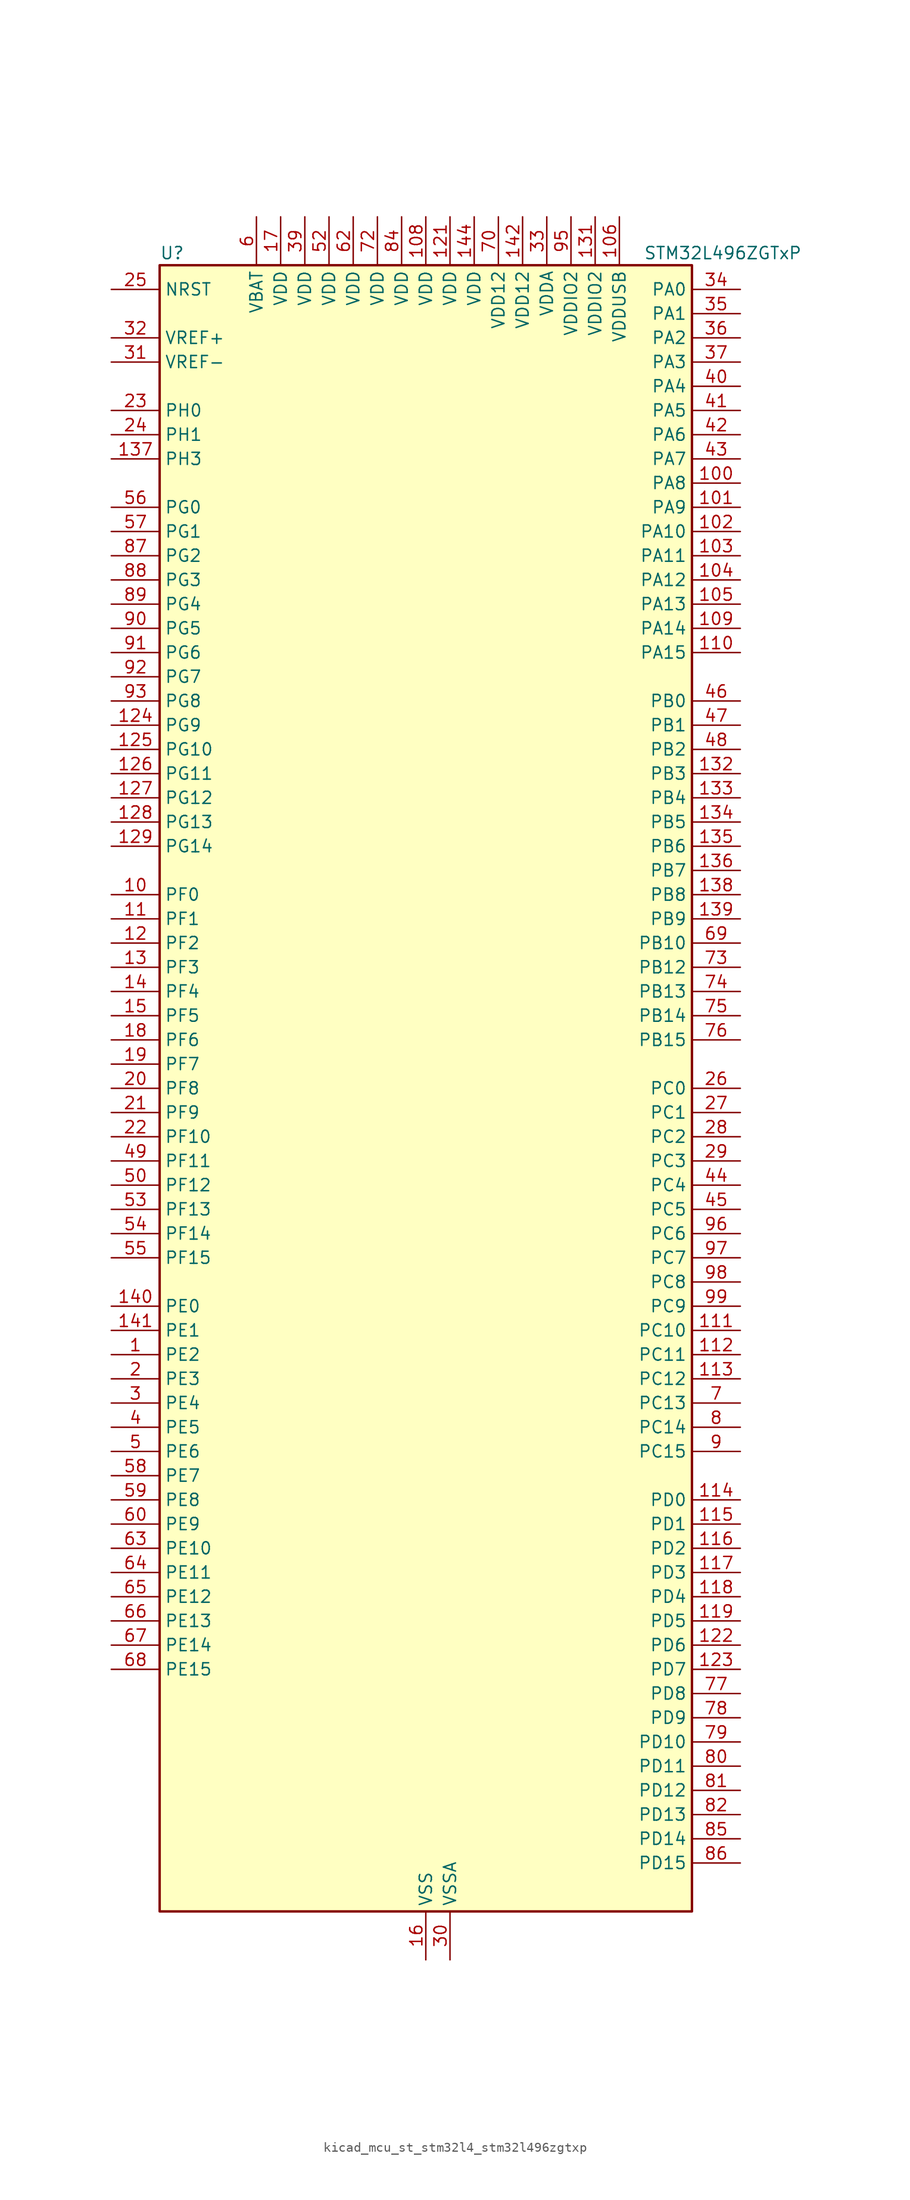
<source format=kicad_sym>
(kicad_symbol_lib
  (version 20220914)
  (generator kicad_symbol_editor)
  (symbol "kicad_mcu_st_stm32l4_stm32l496zgtxp"
    (property "Reference" "U"
      (at -27.94 87.63 0)
      (effects (font (size 1.27 1.27)) (justify left)))
    (property "Value" "STM32L496ZGTxP"
      (at 22.86 87.63 0)
      (effects (font (size 1.27 1.27)) (justify left)))
    (property "ki_locked" ""
      (at 0 0 0)
      (effects (font (size 1.27 1.27))))
    (symbol "kicad_mcu_st_stm32l4_stm32l496zgtxp_0_1"
      (rectangle (start -27.94 -86.36) (end 27.94 86.36) (stroke (width 0.254) (type default)) (fill (type background))))
    (symbol "kicad_mcu_st_stm32l4_stm32l496zgtxp_1_1"
      (pin bidirectional line (at -33.02 -27.94 0) (length 5.08) (name "PE2" (effects (font (size 1.27 1.27)))) (number "1" (effects (font (size 1.27 1.27)))) (alternate "FMC_A23" bidirectional line) (alternate "LCD_SEG38" bidirectional line) (alternate "SAI1_MCLK_A" bidirectional line) (alternate "SYS_TRACECLK" bidirectional line) (alternate "TIM3_ETR" bidirectional line) (alternate "TSC_G7_IO1" bidirectional line))
      (pin bidirectional line (at -33.02 20.32 0) (length 5.08) (name "PF0" (effects (font (size 1.27 1.27)))) (number "10" (effects (font (size 1.27 1.27)))) (alternate "FMC_A0" bidirectional line) (alternate "I2C2_SDA" bidirectional line))
      (pin bidirectional line (at 33.02 63.5 180) (length 5.08) (name "PA8" (effects (font (size 1.27 1.27)))) (number "100" (effects (font (size 1.27 1.27)))) (alternate "LCD_COM0" bidirectional line) (alternate "LPTIM2_OUT" bidirectional line) (alternate "RCC_MCO" bidirectional line) (alternate "SAI1_SCK_A" bidirectional line) (alternate "SWPMI1_IO" bidirectional line) (alternate "TIM1_CH1" bidirectional line) (alternate "USART1_CK" bidirectional line) (alternate "USB_OTG_FS_SOF" bidirectional line))
      (pin bidirectional line (at 33.02 60.96 180) (length 5.08) (name "PA9" (effects (font (size 1.27 1.27)))) (number "101" (effects (font (size 1.27 1.27)))) (alternate "DAC1_EXTI9" bidirectional line) (alternate "DCMI_D0" bidirectional line) (alternate "LCD_COM1" bidirectional line) (alternate "SAI1_FS_A" bidirectional line) (alternate "SPI2_SCK" bidirectional line) (alternate "TIM15_BKIN" bidirectional line) (alternate "TIM1_CH2" bidirectional line) (alternate "USART1_TX" bidirectional line) (alternate "USB_OTG_FS_VBUS" bidirectional line))
      (pin bidirectional line (at 33.02 58.42 180) (length 5.08) (name "PA10" (effects (font (size 1.27 1.27)))) (number "102" (effects (font (size 1.27 1.27)))) (alternate "DCMI_D1" bidirectional line) (alternate "LCD_COM2" bidirectional line) (alternate "SAI1_SD_A" bidirectional line) (alternate "TIM17_BKIN" bidirectional line) (alternate "TIM1_CH3" bidirectional line) (alternate "USART1_RX" bidirectional line) (alternate "USB_OTG_FS_ID" bidirectional line))
      (pin bidirectional line (at 33.02 55.88 180) (length 5.08) (name "PA11" (effects (font (size 1.27 1.27)))) (number "103" (effects (font (size 1.27 1.27)))) (alternate "ADC1_EXTI11" bidirectional line) (alternate "ADC2_EXTI11" bidirectional line) (alternate "ADC3_EXTI11" bidirectional line) (alternate "CAN1_RX" bidirectional line) (alternate "SPI1_MISO" bidirectional line) (alternate "TIM1_BKIN2" bidirectional line) (alternate "TIM1_BKIN2_COMP1" bidirectional line) (alternate "TIM1_CH4" bidirectional line) (alternate "USART1_CTS" bidirectional line) (alternate "USB_OTG_FS_DM" bidirectional line))
      (pin bidirectional line (at 33.02 53.34 180) (length 5.08) (name "PA12" (effects (font (size 1.27 1.27)))) (number "104" (effects (font (size 1.27 1.27)))) (alternate "CAN1_TX" bidirectional line) (alternate "SPI1_MOSI" bidirectional line) (alternate "TIM1_ETR" bidirectional line) (alternate "USART1_DE" bidirectional line) (alternate "USART1_RTS" bidirectional line) (alternate "USB_OTG_FS_DP" bidirectional line))
      (pin bidirectional line (at 33.02 50.8 180) (length 5.08) (name "PA13" (effects (font (size 1.27 1.27)))) (number "105" (effects (font (size 1.27 1.27)))) (alternate "IR_OUT" bidirectional line) (alternate "SAI1_SD_B" bidirectional line) (alternate "SWPMI1_TX" bidirectional line) (alternate "SYS_JTMS-SWDIO" bidirectional line) (alternate "USB_OTG_FS_NOE" bidirectional line))
      (pin power_in line (at 20.32 91.44 270) (length 5.08) (name "VDDUSB" (effects (font (size 1.27 1.27)))) (number "106" (effects (font (size 1.27 1.27)))))
      (pin passive line (at 0 -91.44 90) (length 5.08) hide (name "VSS" (effects (font (size 1.27 1.27)))) (number "107" (effects (font (size 1.27 1.27)))))
      (pin power_in line (at 0 91.44 270) (length 5.08) (name "VDD" (effects (font (size 1.27 1.27)))) (number "108" (effects (font (size 1.27 1.27)))))
      (pin bidirectional line (at 33.02 48.26 180) (length 5.08) (name "PA14" (effects (font (size 1.27 1.27)))) (number "109" (effects (font (size 1.27 1.27)))) (alternate "I2C1_SMBA" bidirectional line) (alternate "I2C4_SMBA" bidirectional line) (alternate "LPTIM1_OUT" bidirectional line) (alternate "SAI1_FS_B" bidirectional line) (alternate "SWPMI1_RX" bidirectional line) (alternate "SYS_JTCK-SWCLK" bidirectional line) (alternate "USB_OTG_FS_SOF" bidirectional line))
      (pin bidirectional line (at -33.02 17.78 0) (length 5.08) (name "PF1" (effects (font (size 1.27 1.27)))) (number "11" (effects (font (size 1.27 1.27)))) (alternate "FMC_A1" bidirectional line) (alternate "I2C2_SCL" bidirectional line))
      (pin bidirectional line (at 33.02 45.72 180) (length 5.08) (name "PA15" (effects (font (size 1.27 1.27)))) (number "110" (effects (font (size 1.27 1.27)))) (alternate "ADC1_EXTI15" bidirectional line) (alternate "ADC2_EXTI15" bidirectional line) (alternate "ADC3_EXTI15" bidirectional line) (alternate "LCD_SEG17" bidirectional line) (alternate "SAI2_FS_B" bidirectional line) (alternate "SPI1_NSS" bidirectional line) (alternate "SPI3_NSS" bidirectional line) (alternate "SWPMI1_SUSPEND" bidirectional line) (alternate "SYS_JTDI" bidirectional line) (alternate "TIM2_CH1" bidirectional line) (alternate "TIM2_ETR" bidirectional line) (alternate "TSC_G3_IO1" bidirectional line) (alternate "UART4_DE" bidirectional line) (alternate "UART4_RTS" bidirectional line) (alternate "USART2_RX" bidirectional line) (alternate "USART3_DE" bidirectional line) (alternate "USART3_RTS" bidirectional line))
      (pin bidirectional line (at 33.02 -25.4 180) (length 5.08) (name "PC10" (effects (font (size 1.27 1.27)))) (number "111" (effects (font (size 1.27 1.27)))) (alternate "DCMI_D8" bidirectional line) (alternate "LCD_COM4" bidirectional line) (alternate "LCD_SEG28" bidirectional line) (alternate "LCD_SEG40" bidirectional line) (alternate "SAI2_SCK_B" bidirectional line) (alternate "SDMMC1_D2" bidirectional line) (alternate "SPI3_SCK" bidirectional line) (alternate "SYS_TRACED1" bidirectional line) (alternate "TSC_G3_IO2" bidirectional line) (alternate "UART4_TX" bidirectional line) (alternate "USART3_TX" bidirectional line))
      (pin bidirectional line (at 33.02 -27.94 180) (length 5.08) (name "PC11" (effects (font (size 1.27 1.27)))) (number "112" (effects (font (size 1.27 1.27)))) (alternate "ADC1_EXTI11" bidirectional line) (alternate "ADC2_EXTI11" bidirectional line) (alternate "ADC3_EXTI11" bidirectional line) (alternate "DCMI_D4" bidirectional line) (alternate "LCD_COM5" bidirectional line) (alternate "LCD_SEG29" bidirectional line) (alternate "LCD_SEG41" bidirectional line) (alternate "QUADSPI_BK2_NCS" bidirectional line) (alternate "SAI2_MCLK_B" bidirectional line) (alternate "SDMMC1_D3" bidirectional line) (alternate "SPI3_MISO" bidirectional line) (alternate "TSC_G3_IO3" bidirectional line) (alternate "UART4_RX" bidirectional line) (alternate "USART3_RX" bidirectional line))
      (pin bidirectional line (at 33.02 -30.48 180) (length 5.08) (name "PC12" (effects (font (size 1.27 1.27)))) (number "113" (effects (font (size 1.27 1.27)))) (alternate "DCMI_D9" bidirectional line) (alternate "LCD_COM6" bidirectional line) (alternate "LCD_SEG30" bidirectional line) (alternate "LCD_SEG42" bidirectional line) (alternate "SAI2_SD_B" bidirectional line) (alternate "SDMMC1_CK" bidirectional line) (alternate "SPI3_MOSI" bidirectional line) (alternate "SYS_TRACED3" bidirectional line) (alternate "TSC_G3_IO4" bidirectional line) (alternate "UART5_TX" bidirectional line) (alternate "USART3_CK" bidirectional line))
      (pin bidirectional line (at 33.02 -43.18 180) (length 5.08) (name "PD0" (effects (font (size 1.27 1.27)))) (number "114" (effects (font (size 1.27 1.27)))) (alternate "CAN1_RX" bidirectional line) (alternate "DFSDM1_DATIN7" bidirectional line) (alternate "FMC_D2" bidirectional line) (alternate "FMC_DA2" bidirectional line) (alternate "SPI2_NSS" bidirectional line))
      (pin bidirectional line (at 33.02 -45.72 180) (length 5.08) (name "PD1" (effects (font (size 1.27 1.27)))) (number "115" (effects (font (size 1.27 1.27)))) (alternate "CAN1_TX" bidirectional line) (alternate "DFSDM1_CKIN7" bidirectional line) (alternate "FMC_D3" bidirectional line) (alternate "FMC_DA3" bidirectional line) (alternate "SPI2_SCK" bidirectional line))
      (pin bidirectional line (at 33.02 -48.26 180) (length 5.08) (name "PD2" (effects (font (size 1.27 1.27)))) (number "116" (effects (font (size 1.27 1.27)))) (alternate "DCMI_D11" bidirectional line) (alternate "LCD_COM7" bidirectional line) (alternate "LCD_SEG31" bidirectional line) (alternate "LCD_SEG43" bidirectional line) (alternate "SDMMC1_CMD" bidirectional line) (alternate "SYS_TRACED2" bidirectional line) (alternate "TIM3_ETR" bidirectional line) (alternate "TSC_SYNC" bidirectional line) (alternate "UART5_RX" bidirectional line) (alternate "USART3_DE" bidirectional line) (alternate "USART3_RTS" bidirectional line))
      (pin bidirectional line (at 33.02 -50.8 180) (length 5.08) (name "PD3" (effects (font (size 1.27 1.27)))) (number "117" (effects (font (size 1.27 1.27)))) (alternate "DCMI_D5" bidirectional line) (alternate "DFSDM1_DATIN0" bidirectional line) (alternate "FMC_CLK" bidirectional line) (alternate "QUADSPI_BK2_NCS" bidirectional line) (alternate "SPI2_MISO" bidirectional line) (alternate "SPI2_SCK" bidirectional line) (alternate "USART2_CTS" bidirectional line))
      (pin bidirectional line (at 33.02 -53.34 180) (length 5.08) (name "PD4" (effects (font (size 1.27 1.27)))) (number "118" (effects (font (size 1.27 1.27)))) (alternate "DFSDM1_CKIN0" bidirectional line) (alternate "FMC_NOE" bidirectional line) (alternate "QUADSPI_BK2_IO0" bidirectional line) (alternate "SPI2_MOSI" bidirectional line) (alternate "USART2_DE" bidirectional line) (alternate "USART2_RTS" bidirectional line))
      (pin bidirectional line (at 33.02 -55.88 180) (length 5.08) (name "PD5" (effects (font (size 1.27 1.27)))) (number "119" (effects (font (size 1.27 1.27)))) (alternate "FMC_NWE" bidirectional line) (alternate "QUADSPI_BK2_IO1" bidirectional line) (alternate "USART2_TX" bidirectional line))
      (pin bidirectional line (at -33.02 15.24 0) (length 5.08) (name "PF2" (effects (font (size 1.27 1.27)))) (number "12" (effects (font (size 1.27 1.27)))) (alternate "FMC_A2" bidirectional line) (alternate "I2C2_SMBA" bidirectional line))
      (pin passive line (at 0 -91.44 90) (length 5.08) hide (name "VSS" (effects (font (size 1.27 1.27)))) (number "120" (effects (font (size 1.27 1.27)))))
      (pin power_in line (at 2.54 91.44 270) (length 5.08) (name "VDD" (effects (font (size 1.27 1.27)))) (number "121" (effects (font (size 1.27 1.27)))))
      (pin bidirectional line (at 33.02 -58.42 180) (length 5.08) (name "PD6" (effects (font (size 1.27 1.27)))) (number "122" (effects (font (size 1.27 1.27)))) (alternate "DCMI_D10" bidirectional line) (alternate "DFSDM1_DATIN1" bidirectional line) (alternate "FMC_NWAIT" bidirectional line) (alternate "QUADSPI_BK2_IO1" bidirectional line) (alternate "QUADSPI_BK2_IO2" bidirectional line) (alternate "SAI1_SD_A" bidirectional line) (alternate "USART2_RX" bidirectional line))
      (pin bidirectional line (at 33.02 -60.96 180) (length 5.08) (name "PD7" (effects (font (size 1.27 1.27)))) (number "123" (effects (font (size 1.27 1.27)))) (alternate "DFSDM1_CKIN1" bidirectional line) (alternate "FMC_NE1" bidirectional line) (alternate "QUADSPI_BK2_IO3" bidirectional line) (alternate "USART2_CK" bidirectional line))
      (pin bidirectional line (at -33.02 38.1 0) (length 5.08) (name "PG9" (effects (font (size 1.27 1.27)))) (number "124" (effects (font (size 1.27 1.27)))) (alternate "DAC1_EXTI9" bidirectional line) (alternate "FMC_NCE" bidirectional line) (alternate "FMC_NE2" bidirectional line) (alternate "SAI2_SCK_A" bidirectional line) (alternate "SPI3_SCK" bidirectional line) (alternate "TIM15_CH1N" bidirectional line) (alternate "USART1_TX" bidirectional line))
      (pin bidirectional line (at -33.02 35.56 0) (length 5.08) (name "PG10" (effects (font (size 1.27 1.27)))) (number "125" (effects (font (size 1.27 1.27)))) (alternate "FMC_NE3" bidirectional line) (alternate "LPTIM1_IN1" bidirectional line) (alternate "SAI2_FS_A" bidirectional line) (alternate "SPI3_MISO" bidirectional line) (alternate "TIM15_CH1" bidirectional line) (alternate "USART1_RX" bidirectional line))
      (pin bidirectional line (at -33.02 33.02 0) (length 5.08) (name "PG11" (effects (font (size 1.27 1.27)))) (number "126" (effects (font (size 1.27 1.27)))) (alternate "ADC1_EXTI11" bidirectional line) (alternate "ADC2_EXTI11" bidirectional line) (alternate "ADC3_EXTI11" bidirectional line) (alternate "LPTIM1_IN2" bidirectional line) (alternate "SAI2_MCLK_A" bidirectional line) (alternate "SPI3_MOSI" bidirectional line) (alternate "TIM15_CH2" bidirectional line) (alternate "USART1_CTS" bidirectional line))
      (pin bidirectional line (at -33.02 30.48 0) (length 5.08) (name "PG12" (effects (font (size 1.27 1.27)))) (number "127" (effects (font (size 1.27 1.27)))) (alternate "FMC_NE4" bidirectional line) (alternate "LPTIM1_ETR" bidirectional line) (alternate "SAI2_SD_A" bidirectional line) (alternate "SPI3_NSS" bidirectional line) (alternate "USART1_DE" bidirectional line) (alternate "USART1_RTS" bidirectional line))
      (pin bidirectional line (at -33.02 27.94 0) (length 5.08) (name "PG13" (effects (font (size 1.27 1.27)))) (number "128" (effects (font (size 1.27 1.27)))) (alternate "FMC_A24" bidirectional line) (alternate "I2C1_SDA" bidirectional line) (alternate "USART1_CK" bidirectional line))
      (pin bidirectional line (at -33.02 25.4 0) (length 5.08) (name "PG14" (effects (font (size 1.27 1.27)))) (number "129" (effects (font (size 1.27 1.27)))) (alternate "FMC_A25" bidirectional line) (alternate "I2C1_SCL" bidirectional line))
      (pin bidirectional line (at -33.02 12.7 0) (length 5.08) (name "PF3" (effects (font (size 1.27 1.27)))) (number "13" (effects (font (size 1.27 1.27)))) (alternate "ADC3_IN6" bidirectional line) (alternate "FMC_A3" bidirectional line))
      (pin passive line (at 0 -91.44 90) (length 5.08) hide (name "VSS" (effects (font (size 1.27 1.27)))) (number "130" (effects (font (size 1.27 1.27)))))
      (pin power_in line (at 17.78 91.44 270) (length 5.08) (name "VDDIO2" (effects (font (size 1.27 1.27)))) (number "131" (effects (font (size 1.27 1.27)))))
      (pin bidirectional line (at 33.02 33.02 180) (length 5.08) (name "PB3" (effects (font (size 1.27 1.27)))) (number "132" (effects (font (size 1.27 1.27)))) (alternate "COMP2_INM" bidirectional line) (alternate "CRS_SYNC" bidirectional line) (alternate "LCD_SEG7" bidirectional line) (alternate "SAI1_SCK_B" bidirectional line) (alternate "SPI1_SCK" bidirectional line) (alternate "SPI3_SCK" bidirectional line) (alternate "SYS_JTDO-SWO" bidirectional line) (alternate "TIM2_CH2" bidirectional line) (alternate "USART1_DE" bidirectional line) (alternate "USART1_RTS" bidirectional line))
      (pin bidirectional line (at 33.02 30.48 180) (length 5.08) (name "PB4" (effects (font (size 1.27 1.27)))) (number "133" (effects (font (size 1.27 1.27)))) (alternate "COMP2_INP" bidirectional line) (alternate "DCMI_D12" bidirectional line) (alternate "I2C3_SDA" bidirectional line) (alternate "LCD_SEG8" bidirectional line) (alternate "SAI1_MCLK_B" bidirectional line) (alternate "SPI1_MISO" bidirectional line) (alternate "SPI3_MISO" bidirectional line) (alternate "SYS_JTRST" bidirectional line) (alternate "TIM17_BKIN" bidirectional line) (alternate "TIM3_CH1" bidirectional line) (alternate "TSC_G2_IO1" bidirectional line) (alternate "UART5_DE" bidirectional line) (alternate "UART5_RTS" bidirectional line) (alternate "USART1_CTS" bidirectional line))
      (pin bidirectional line (at 33.02 27.94 180) (length 5.08) (name "PB5" (effects (font (size 1.27 1.27)))) (number "134" (effects (font (size 1.27 1.27)))) (alternate "CAN2_RX" bidirectional line) (alternate "COMP2_OUT" bidirectional line) (alternate "DCMI_D10" bidirectional line) (alternate "I2C1_SMBA" bidirectional line) (alternate "LCD_SEG9" bidirectional line) (alternate "LPTIM1_IN1" bidirectional line) (alternate "SAI1_SD_B" bidirectional line) (alternate "SPI1_MOSI" bidirectional line) (alternate "SPI3_MOSI" bidirectional line) (alternate "TIM16_BKIN" bidirectional line) (alternate "TIM3_CH2" bidirectional line) (alternate "TSC_G2_IO2" bidirectional line) (alternate "UART5_CTS" bidirectional line) (alternate "USART1_CK" bidirectional line))
      (pin bidirectional line (at 33.02 25.4 180) (length 5.08) (name "PB6" (effects (font (size 1.27 1.27)))) (number "135" (effects (font (size 1.27 1.27)))) (alternate "CAN2_TX" bidirectional line) (alternate "COMP2_INP" bidirectional line) (alternate "DCMI_D5" bidirectional line) (alternate "DFSDM1_DATIN5" bidirectional line) (alternate "I2C1_SCL" bidirectional line) (alternate "I2C4_SCL" bidirectional line) (alternate "LPTIM1_ETR" bidirectional line) (alternate "SAI1_FS_B" bidirectional line) (alternate "TIM16_CH1N" bidirectional line) (alternate "TIM4_CH1" bidirectional line) (alternate "TIM8_BKIN2" bidirectional line) (alternate "TIM8_BKIN2_COMP2" bidirectional line) (alternate "TSC_G2_IO3" bidirectional line) (alternate "USART1_TX" bidirectional line))
      (pin bidirectional line (at 33.02 22.86 180) (length 5.08) (name "PB7" (effects (font (size 1.27 1.27)))) (number "136" (effects (font (size 1.27 1.27)))) (alternate "COMP2_INM" bidirectional line) (alternate "DCMI_VSYNC" bidirectional line) (alternate "DFSDM1_CKIN5" bidirectional line) (alternate "FMC_NL" bidirectional line) (alternate "I2C1_SDA" bidirectional line) (alternate "I2C4_SDA" bidirectional line) (alternate "LCD_SEG21" bidirectional line) (alternate "LPTIM1_IN2" bidirectional line) (alternate "SYS_PVD_IN" bidirectional line) (alternate "TIM17_CH1N" bidirectional line) (alternate "TIM4_CH2" bidirectional line) (alternate "TIM8_BKIN" bidirectional line) (alternate "TIM8_BKIN_COMP1" bidirectional line) (alternate "TSC_G2_IO4" bidirectional line) (alternate "UART4_CTS" bidirectional line) (alternate "USART1_RX" bidirectional line))
      (pin bidirectional line (at -33.02 66.04 0) (length 5.08) (name "PH3" (effects (font (size 1.27 1.27)))) (number "137" (effects (font (size 1.27 1.27)))))
      (pin bidirectional line (at 33.02 20.32 180) (length 5.08) (name "PB8" (effects (font (size 1.27 1.27)))) (number "138" (effects (font (size 1.27 1.27)))) (alternate "CAN1_RX" bidirectional line) (alternate "DCMI_D6" bidirectional line) (alternate "DFSDM1_DATIN6" bidirectional line) (alternate "I2C1_SCL" bidirectional line) (alternate "LCD_SEG16" bidirectional line) (alternate "SAI1_MCLK_A" bidirectional line) (alternate "SDMMC1_D4" bidirectional line) (alternate "TIM16_CH1" bidirectional line) (alternate "TIM4_CH3" bidirectional line))
      (pin bidirectional line (at 33.02 17.78 180) (length 5.08) (name "PB9" (effects (font (size 1.27 1.27)))) (number "139" (effects (font (size 1.27 1.27)))) (alternate "CAN1_TX" bidirectional line) (alternate "DAC1_EXTI9" bidirectional line) (alternate "DCMI_D7" bidirectional line) (alternate "DFSDM1_CKIN6" bidirectional line) (alternate "I2C1_SDA" bidirectional line) (alternate "IR_OUT" bidirectional line) (alternate "LCD_COM3" bidirectional line) (alternate "SAI1_FS_A" bidirectional line) (alternate "SDMMC1_D5" bidirectional line) (alternate "SPI2_NSS" bidirectional line) (alternate "TIM17_CH1" bidirectional line) (alternate "TIM4_CH4" bidirectional line))
      (pin bidirectional line (at -33.02 10.16 0) (length 5.08) (name "PF4" (effects (font (size 1.27 1.27)))) (number "14" (effects (font (size 1.27 1.27)))) (alternate "ADC3_IN7" bidirectional line) (alternate "FMC_A4" bidirectional line))
      (pin bidirectional line (at -33.02 -22.86 0) (length 5.08) (name "PE0" (effects (font (size 1.27 1.27)))) (number "140" (effects (font (size 1.27 1.27)))) (alternate "DCMI_D2" bidirectional line) (alternate "FMC_NBL0" bidirectional line) (alternate "LCD_SEG36" bidirectional line) (alternate "TIM16_CH1" bidirectional line) (alternate "TIM4_ETR" bidirectional line))
      (pin bidirectional line (at -33.02 -25.4 0) (length 5.08) (name "PE1" (effects (font (size 1.27 1.27)))) (number "141" (effects (font (size 1.27 1.27)))) (alternate "DCMI_D3" bidirectional line) (alternate "FMC_NBL1" bidirectional line) (alternate "LCD_SEG37" bidirectional line) (alternate "TIM17_CH1" bidirectional line))
      (pin power_in line (at 10.16 91.44 270) (length 5.08) (name "VDD12" (effects (font (size 1.27 1.27)))) (number "142" (effects (font (size 1.27 1.27)))))
      (pin passive line (at 0 -91.44 90) (length 5.08) hide (name "VSS" (effects (font (size 1.27 1.27)))) (number "143" (effects (font (size 1.27 1.27)))))
      (pin power_in line (at 5.08 91.44 270) (length 5.08) (name "VDD" (effects (font (size 1.27 1.27)))) (number "144" (effects (font (size 1.27 1.27)))))
      (pin bidirectional line (at -33.02 7.62 0) (length 5.08) (name "PF5" (effects (font (size 1.27 1.27)))) (number "15" (effects (font (size 1.27 1.27)))) (alternate "ADC3_IN8" bidirectional line) (alternate "FMC_A5" bidirectional line))
      (pin power_in line (at 0 -91.44 90) (length 5.08) (name "VSS" (effects (font (size 1.27 1.27)))) (number "16" (effects (font (size 1.27 1.27)))))
      (pin power_in line (at -15.24 91.44 270) (length 5.08) (name "VDD" (effects (font (size 1.27 1.27)))) (number "17" (effects (font (size 1.27 1.27)))))
      (pin bidirectional line (at -33.02 5.08 0) (length 5.08) (name "PF6" (effects (font (size 1.27 1.27)))) (number "18" (effects (font (size 1.27 1.27)))) (alternate "ADC3_IN9" bidirectional line) (alternate "QUADSPI_BK1_IO3" bidirectional line) (alternate "SAI1_SD_B" bidirectional line) (alternate "TIM5_CH1" bidirectional line) (alternate "TIM5_ETR" bidirectional line))
      (pin bidirectional line (at -33.02 2.54 0) (length 5.08) (name "PF7" (effects (font (size 1.27 1.27)))) (number "19" (effects (font (size 1.27 1.27)))) (alternate "ADC3_IN10" bidirectional line) (alternate "QUADSPI_BK1_IO2" bidirectional line) (alternate "SAI1_MCLK_B" bidirectional line) (alternate "TIM5_CH2" bidirectional line))
      (pin bidirectional line (at -33.02 -30.48 0) (length 5.08) (name "PE3" (effects (font (size 1.27 1.27)))) (number "2" (effects (font (size 1.27 1.27)))) (alternate "FMC_A19" bidirectional line) (alternate "LCD_SEG39" bidirectional line) (alternate "SAI1_SD_B" bidirectional line) (alternate "SYS_TRACED0" bidirectional line) (alternate "TIM3_CH1" bidirectional line) (alternate "TSC_G7_IO2" bidirectional line))
      (pin bidirectional line (at -33.02 0 0) (length 5.08) (name "PF8" (effects (font (size 1.27 1.27)))) (number "20" (effects (font (size 1.27 1.27)))) (alternate "ADC3_IN11" bidirectional line) (alternate "QUADSPI_BK1_IO0" bidirectional line) (alternate "SAI1_SCK_B" bidirectional line) (alternate "TIM5_CH3" bidirectional line))
      (pin bidirectional line (at -33.02 -2.54 0) (length 5.08) (name "PF9" (effects (font (size 1.27 1.27)))) (number "21" (effects (font (size 1.27 1.27)))) (alternate "ADC3_IN12" bidirectional line) (alternate "DAC1_EXTI9" bidirectional line) (alternate "QUADSPI_BK1_IO1" bidirectional line) (alternate "SAI1_FS_B" bidirectional line) (alternate "TIM15_CH1" bidirectional line) (alternate "TIM5_CH4" bidirectional line))
      (pin bidirectional line (at -33.02 -5.08 0) (length 5.08) (name "PF10" (effects (font (size 1.27 1.27)))) (number "22" (effects (font (size 1.27 1.27)))) (alternate "ADC3_IN13" bidirectional line) (alternate "DCMI_D11" bidirectional line) (alternate "QUADSPI_CLK" bidirectional line) (alternate "TIM15_CH2" bidirectional line))
      (pin bidirectional line (at -33.02 71.12 0) (length 5.08) (name "PH0" (effects (font (size 1.27 1.27)))) (number "23" (effects (font (size 1.27 1.27)))) (alternate "RCC_OSC_IN" bidirectional line))
      (pin bidirectional line (at -33.02 68.58 0) (length 5.08) (name "PH1" (effects (font (size 1.27 1.27)))) (number "24" (effects (font (size 1.27 1.27)))) (alternate "RCC_OSC_OUT" bidirectional line))
      (pin input line (at -33.02 83.82 0) (length 5.08) (name "NRST" (effects (font (size 1.27 1.27)))) (number "25" (effects (font (size 1.27 1.27)))))
      (pin bidirectional line (at 33.02 0 180) (length 5.08) (name "PC0" (effects (font (size 1.27 1.27)))) (number "26" (effects (font (size 1.27 1.27)))) (alternate "ADC1_IN1" bidirectional line) (alternate "ADC2_IN1" bidirectional line) (alternate "ADC3_IN1" bidirectional line) (alternate "DFSDM1_DATIN4" bidirectional line) (alternate "I2C3_SCL" bidirectional line) (alternate "I2C4_SCL" bidirectional line) (alternate "LCD_SEG18" bidirectional line) (alternate "LPTIM1_IN1" bidirectional line) (alternate "LPTIM2_IN1" bidirectional line) (alternate "LPUART1_RX" bidirectional line))
      (pin bidirectional line (at 33.02 -2.54 180) (length 5.08) (name "PC1" (effects (font (size 1.27 1.27)))) (number "27" (effects (font (size 1.27 1.27)))) (alternate "ADC1_IN2" bidirectional line) (alternate "ADC2_IN2" bidirectional line) (alternate "ADC3_IN2" bidirectional line) (alternate "DFSDM1_CKIN4" bidirectional line) (alternate "I2C3_SDA" bidirectional line) (alternate "I2C4_SDA" bidirectional line) (alternate "LCD_SEG19" bidirectional line) (alternate "LPTIM1_OUT" bidirectional line) (alternate "LPUART1_TX" bidirectional line) (alternate "QUADSPI_BK2_IO0" bidirectional line) (alternate "SAI1_SD_A" bidirectional line) (alternate "SPI2_MOSI" bidirectional line) (alternate "SYS_TRACED0" bidirectional line))
      (pin bidirectional line (at 33.02 -5.08 180) (length 5.08) (name "PC2" (effects (font (size 1.27 1.27)))) (number "28" (effects (font (size 1.27 1.27)))) (alternate "ADC1_IN3" bidirectional line) (alternate "ADC2_IN3" bidirectional line) (alternate "ADC3_IN3" bidirectional line) (alternate "DFSDM1_CKOUT" bidirectional line) (alternate "LCD_SEG20" bidirectional line) (alternate "LPTIM1_IN2" bidirectional line) (alternate "QUADSPI_BK2_IO1" bidirectional line) (alternate "SPI2_MISO" bidirectional line))
      (pin bidirectional line (at 33.02 -7.62 180) (length 5.08) (name "PC3" (effects (font (size 1.27 1.27)))) (number "29" (effects (font (size 1.27 1.27)))) (alternate "ADC1_IN4" bidirectional line) (alternate "ADC2_IN4" bidirectional line) (alternate "ADC3_IN4" bidirectional line) (alternate "LCD_VLCD" bidirectional line) (alternate "LPTIM1_ETR" bidirectional line) (alternate "LPTIM2_ETR" bidirectional line) (alternate "QUADSPI_BK2_IO2" bidirectional line) (alternate "SAI1_SD_A" bidirectional line) (alternate "SPI2_MOSI" bidirectional line))
      (pin bidirectional line (at -33.02 -33.02 0) (length 5.08) (name "PE4" (effects (font (size 1.27 1.27)))) (number "3" (effects (font (size 1.27 1.27)))) (alternate "DCMI_D4" bidirectional line) (alternate "DFSDM1_DATIN3" bidirectional line) (alternate "FMC_A20" bidirectional line) (alternate "SAI1_FS_A" bidirectional line) (alternate "SYS_TRACED1" bidirectional line) (alternate "TIM3_CH2" bidirectional line) (alternate "TSC_G7_IO3" bidirectional line))
      (pin power_in line (at 2.54 -91.44 90) (length 5.08) (name "VSSA" (effects (font (size 1.27 1.27)))) (number "30" (effects (font (size 1.27 1.27)))))
      (pin input line (at -33.02 76.2 0) (length 5.08) (name "VREF-" (effects (font (size 1.27 1.27)))) (number "31" (effects (font (size 1.27 1.27)))))
      (pin input line (at -33.02 78.74 0) (length 5.08) (name "VREF+" (effects (font (size 1.27 1.27)))) (number "32" (effects (font (size 1.27 1.27)))) (alternate "VREFBUF_OUT" bidirectional line))
      (pin power_in line (at 12.7 91.44 270) (length 5.08) (name "VDDA" (effects (font (size 1.27 1.27)))) (number "33" (effects (font (size 1.27 1.27)))))
      (pin bidirectional line (at 33.02 83.82 180) (length 5.08) (name "PA0" (effects (font (size 1.27 1.27)))) (number "34" (effects (font (size 1.27 1.27)))) (alternate "ADC1_IN5" bidirectional line) (alternate "ADC2_IN5" bidirectional line) (alternate "OPAMP1_VINP" bidirectional line) (alternate "RTC_TAMP2" bidirectional line) (alternate "SAI1_EXTCLK" bidirectional line) (alternate "SYS_WKUP1" bidirectional line) (alternate "TIM2_CH1" bidirectional line) (alternate "TIM2_ETR" bidirectional line) (alternate "TIM5_CH1" bidirectional line) (alternate "TIM8_ETR" bidirectional line) (alternate "UART4_TX" bidirectional line) (alternate "USART2_CTS" bidirectional line))
      (pin bidirectional line (at 33.02 81.28 180) (length 5.08) (name "PA1" (effects (font (size 1.27 1.27)))) (number "35" (effects (font (size 1.27 1.27)))) (alternate "ADC1_IN6" bidirectional line) (alternate "ADC2_IN6" bidirectional line) (alternate "I2C1_SMBA" bidirectional line) (alternate "LCD_SEG0" bidirectional line) (alternate "OPAMP1_VINM" bidirectional line) (alternate "SPI1_SCK" bidirectional line) (alternate "TIM15_CH1N" bidirectional line) (alternate "TIM2_CH2" bidirectional line) (alternate "TIM5_CH2" bidirectional line) (alternate "UART4_RX" bidirectional line) (alternate "USART2_DE" bidirectional line) (alternate "USART2_RTS" bidirectional line))
      (pin bidirectional line (at 33.02 78.74 180) (length 5.08) (name "PA2" (effects (font (size 1.27 1.27)))) (number "36" (effects (font (size 1.27 1.27)))) (alternate "ADC1_IN7" bidirectional line) (alternate "ADC2_IN7" bidirectional line) (alternate "LCD_SEG1" bidirectional line) (alternate "LPUART1_TX" bidirectional line) (alternate "QUADSPI_BK1_NCS" bidirectional line) (alternate "RCC_LSCO" bidirectional line) (alternate "SAI2_EXTCLK" bidirectional line) (alternate "SYS_WKUP4" bidirectional line) (alternate "TIM15_CH1" bidirectional line) (alternate "TIM2_CH3" bidirectional line) (alternate "TIM5_CH3" bidirectional line) (alternate "USART2_TX" bidirectional line))
      (pin bidirectional line (at 33.02 76.2 180) (length 5.08) (name "PA3" (effects (font (size 1.27 1.27)))) (number "37" (effects (font (size 1.27 1.27)))) (alternate "ADC1_IN8" bidirectional line) (alternate "ADC2_IN8" bidirectional line) (alternate "LCD_SEG2" bidirectional line) (alternate "LPUART1_RX" bidirectional line) (alternate "OPAMP1_VOUT" bidirectional line) (alternate "QUADSPI_CLK" bidirectional line) (alternate "SAI1_MCLK_A" bidirectional line) (alternate "TIM15_CH2" bidirectional line) (alternate "TIM2_CH4" bidirectional line) (alternate "TIM5_CH4" bidirectional line) (alternate "USART2_RX" bidirectional line))
      (pin passive line (at 0 -91.44 90) (length 5.08) hide (name "VSS" (effects (font (size 1.27 1.27)))) (number "38" (effects (font (size 1.27 1.27)))))
      (pin power_in line (at -12.7 91.44 270) (length 5.08) (name "VDD" (effects (font (size 1.27 1.27)))) (number "39" (effects (font (size 1.27 1.27)))))
      (pin bidirectional line (at -33.02 -35.56 0) (length 5.08) (name "PE5" (effects (font (size 1.27 1.27)))) (number "4" (effects (font (size 1.27 1.27)))) (alternate "DCMI_D6" bidirectional line) (alternate "DFSDM1_CKIN3" bidirectional line) (alternate "FMC_A21" bidirectional line) (alternate "SAI1_SCK_A" bidirectional line) (alternate "SYS_TRACED2" bidirectional line) (alternate "TIM3_CH3" bidirectional line) (alternate "TSC_G7_IO4" bidirectional line))
      (pin bidirectional line (at 33.02 73.66 180) (length 5.08) (name "PA4" (effects (font (size 1.27 1.27)))) (number "40" (effects (font (size 1.27 1.27)))) (alternate "ADC1_IN9" bidirectional line) (alternate "ADC2_IN9" bidirectional line) (alternate "DAC1_OUT1" bidirectional line) (alternate "DCMI_HSYNC" bidirectional line) (alternate "LPTIM2_OUT" bidirectional line) (alternate "SAI1_FS_B" bidirectional line) (alternate "SPI1_NSS" bidirectional line) (alternate "SPI3_NSS" bidirectional line) (alternate "USART2_CK" bidirectional line))
      (pin bidirectional line (at 33.02 71.12 180) (length 5.08) (name "PA5" (effects (font (size 1.27 1.27)))) (number "41" (effects (font (size 1.27 1.27)))) (alternate "ADC1_IN10" bidirectional line) (alternate "ADC2_IN10" bidirectional line) (alternate "DAC1_OUT2" bidirectional line) (alternate "LPTIM2_ETR" bidirectional line) (alternate "SPI1_SCK" bidirectional line) (alternate "TIM2_CH1" bidirectional line) (alternate "TIM2_ETR" bidirectional line) (alternate "TIM8_CH1N" bidirectional line))
      (pin bidirectional line (at 33.02 68.58 180) (length 5.08) (name "PA6" (effects (font (size 1.27 1.27)))) (number "42" (effects (font (size 1.27 1.27)))) (alternate "ADC1_IN11" bidirectional line) (alternate "ADC2_IN11" bidirectional line) (alternate "DCMI_PIXCLK" bidirectional line) (alternate "LCD_SEG3" bidirectional line) (alternate "LPUART1_CTS" bidirectional line) (alternate "OPAMP2_VINP" bidirectional line) (alternate "QUADSPI_BK1_IO3" bidirectional line) (alternate "SPI1_MISO" bidirectional line) (alternate "TIM16_CH1" bidirectional line) (alternate "TIM1_BKIN" bidirectional line) (alternate "TIM1_BKIN_COMP2" bidirectional line) (alternate "TIM3_CH1" bidirectional line) (alternate "TIM8_BKIN" bidirectional line) (alternate "TIM8_BKIN_COMP2" bidirectional line) (alternate "USART3_CTS" bidirectional line))
      (pin bidirectional line (at 33.02 66.04 180) (length 5.08) (name "PA7" (effects (font (size 1.27 1.27)))) (number "43" (effects (font (size 1.27 1.27)))) (alternate "ADC1_IN12" bidirectional line) (alternate "ADC2_IN12" bidirectional line) (alternate "I2C3_SCL" bidirectional line) (alternate "LCD_SEG4" bidirectional line) (alternate "OPAMP2_VINM" bidirectional line) (alternate "QUADSPI_BK1_IO2" bidirectional line) (alternate "SPI1_MOSI" bidirectional line) (alternate "TIM17_CH1" bidirectional line) (alternate "TIM1_CH1N" bidirectional line) (alternate "TIM3_CH2" bidirectional line) (alternate "TIM8_CH1N" bidirectional line))
      (pin bidirectional line (at 33.02 -10.16 180) (length 5.08) (name "PC4" (effects (font (size 1.27 1.27)))) (number "44" (effects (font (size 1.27 1.27)))) (alternate "ADC1_IN13" bidirectional line) (alternate "ADC2_IN13" bidirectional line) (alternate "COMP1_INM" bidirectional line) (alternate "LCD_SEG22" bidirectional line) (alternate "QUADSPI_BK2_IO3" bidirectional line) (alternate "USART3_TX" bidirectional line))
      (pin bidirectional line (at 33.02 -12.7 180) (length 5.08) (name "PC5" (effects (font (size 1.27 1.27)))) (number "45" (effects (font (size 1.27 1.27)))) (alternate "ADC1_IN14" bidirectional line) (alternate "ADC2_IN14" bidirectional line) (alternate "COMP1_INP" bidirectional line) (alternate "LCD_SEG23" bidirectional line) (alternate "SYS_WKUP5" bidirectional line) (alternate "USART3_RX" bidirectional line))
      (pin bidirectional line (at 33.02 40.64 180) (length 5.08) (name "PB0" (effects (font (size 1.27 1.27)))) (number "46" (effects (font (size 1.27 1.27)))) (alternate "ADC1_IN15" bidirectional line) (alternate "ADC2_IN15" bidirectional line) (alternate "COMP1_OUT" bidirectional line) (alternate "LCD_SEG5" bidirectional line) (alternate "OPAMP2_VOUT" bidirectional line) (alternate "QUADSPI_BK1_IO1" bidirectional line) (alternate "SAI1_EXTCLK" bidirectional line) (alternate "SPI1_NSS" bidirectional line) (alternate "TIM1_CH2N" bidirectional line) (alternate "TIM3_CH3" bidirectional line) (alternate "TIM8_CH2N" bidirectional line) (alternate "USART3_CK" bidirectional line))
      (pin bidirectional line (at 33.02 38.1 180) (length 5.08) (name "PB1" (effects (font (size 1.27 1.27)))) (number "47" (effects (font (size 1.27 1.27)))) (alternate "ADC1_IN16" bidirectional line) (alternate "ADC2_IN16" bidirectional line) (alternate "COMP1_INM" bidirectional line) (alternate "DFSDM1_DATIN0" bidirectional line) (alternate "LCD_SEG6" bidirectional line) (alternate "LPTIM2_IN1" bidirectional line) (alternate "LPUART1_DE" bidirectional line) (alternate "LPUART1_RTS" bidirectional line) (alternate "QUADSPI_BK1_IO0" bidirectional line) (alternate "TIM1_CH3N" bidirectional line) (alternate "TIM3_CH4" bidirectional line) (alternate "TIM8_CH3N" bidirectional line) (alternate "USART3_DE" bidirectional line) (alternate "USART3_RTS" bidirectional line))
      (pin bidirectional line (at 33.02 35.56 180) (length 5.08) (name "PB2" (effects (font (size 1.27 1.27)))) (number "48" (effects (font (size 1.27 1.27)))) (alternate "COMP1_INP" bidirectional line) (alternate "DFSDM1_CKIN0" bidirectional line) (alternate "I2C3_SMBA" bidirectional line) (alternate "LCD_VLCD" bidirectional line) (alternate "LPTIM1_OUT" bidirectional line) (alternate "RTC_OUT_ALARM" bidirectional line) (alternate "RTC_OUT_CALIB" bidirectional line))
      (pin bidirectional line (at -33.02 -7.62 0) (length 5.08) (name "PF11" (effects (font (size 1.27 1.27)))) (number "49" (effects (font (size 1.27 1.27)))) (alternate "ADC1_EXTI11" bidirectional line) (alternate "ADC2_EXTI11" bidirectional line) (alternate "ADC3_EXTI11" bidirectional line) (alternate "DCMI_D12" bidirectional line))
      (pin bidirectional line (at -33.02 -38.1 0) (length 5.08) (name "PE6" (effects (font (size 1.27 1.27)))) (number "5" (effects (font (size 1.27 1.27)))) (alternate "DCMI_D7" bidirectional line) (alternate "FMC_A22" bidirectional line) (alternate "RTC_TAMP3" bidirectional line) (alternate "SAI1_SD_A" bidirectional line) (alternate "SYS_TRACED3" bidirectional line) (alternate "SYS_WKUP3" bidirectional line) (alternate "TIM3_CH4" bidirectional line))
      (pin bidirectional line (at -33.02 -10.16 0) (length 5.08) (name "PF12" (effects (font (size 1.27 1.27)))) (number "50" (effects (font (size 1.27 1.27)))) (alternate "FMC_A6" bidirectional line))
      (pin passive line (at 0 -91.44 90) (length 5.08) hide (name "VSS" (effects (font (size 1.27 1.27)))) (number "51" (effects (font (size 1.27 1.27)))))
      (pin power_in line (at -10.16 91.44 270) (length 5.08) (name "VDD" (effects (font (size 1.27 1.27)))) (number "52" (effects (font (size 1.27 1.27)))))
      (pin bidirectional line (at -33.02 -12.7 0) (length 5.08) (name "PF13" (effects (font (size 1.27 1.27)))) (number "53" (effects (font (size 1.27 1.27)))) (alternate "DFSDM1_DATIN6" bidirectional line) (alternate "FMC_A7" bidirectional line) (alternate "I2C4_SMBA" bidirectional line))
      (pin bidirectional line (at -33.02 -15.24 0) (length 5.08) (name "PF14" (effects (font (size 1.27 1.27)))) (number "54" (effects (font (size 1.27 1.27)))) (alternate "DFSDM1_CKIN6" bidirectional line) (alternate "FMC_A8" bidirectional line) (alternate "I2C4_SCL" bidirectional line) (alternate "TSC_G8_IO1" bidirectional line))
      (pin bidirectional line (at -33.02 -17.78 0) (length 5.08) (name "PF15" (effects (font (size 1.27 1.27)))) (number "55" (effects (font (size 1.27 1.27)))) (alternate "ADC1_EXTI15" bidirectional line) (alternate "ADC2_EXTI15" bidirectional line) (alternate "ADC3_EXTI15" bidirectional line) (alternate "FMC_A9" bidirectional line) (alternate "I2C4_SDA" bidirectional line) (alternate "TSC_G8_IO2" bidirectional line))
      (pin bidirectional line (at -33.02 60.96 0) (length 5.08) (name "PG0" (effects (font (size 1.27 1.27)))) (number "56" (effects (font (size 1.27 1.27)))) (alternate "FMC_A10" bidirectional line) (alternate "TSC_G8_IO3" bidirectional line))
      (pin bidirectional line (at -33.02 58.42 0) (length 5.08) (name "PG1" (effects (font (size 1.27 1.27)))) (number "57" (effects (font (size 1.27 1.27)))) (alternate "FMC_A11" bidirectional line) (alternate "TSC_G8_IO4" bidirectional line))
      (pin bidirectional line (at -33.02 -40.64 0) (length 5.08) (name "PE7" (effects (font (size 1.27 1.27)))) (number "58" (effects (font (size 1.27 1.27)))) (alternate "DFSDM1_DATIN2" bidirectional line) (alternate "FMC_D4" bidirectional line) (alternate "FMC_DA4" bidirectional line) (alternate "SAI1_SD_B" bidirectional line) (alternate "TIM1_ETR" bidirectional line))
      (pin bidirectional line (at -33.02 -43.18 0) (length 5.08) (name "PE8" (effects (font (size 1.27 1.27)))) (number "59" (effects (font (size 1.27 1.27)))) (alternate "DFSDM1_CKIN2" bidirectional line) (alternate "FMC_D5" bidirectional line) (alternate "FMC_DA5" bidirectional line) (alternate "SAI1_SCK_B" bidirectional line) (alternate "TIM1_CH1N" bidirectional line))
      (pin power_in line (at -17.78 91.44 270) (length 5.08) (name "VBAT" (effects (font (size 1.27 1.27)))) (number "6" (effects (font (size 1.27 1.27)))))
      (pin bidirectional line (at -33.02 -45.72 0) (length 5.08) (name "PE9" (effects (font (size 1.27 1.27)))) (number "60" (effects (font (size 1.27 1.27)))) (alternate "DAC1_EXTI9" bidirectional line) (alternate "DFSDM1_CKOUT" bidirectional line) (alternate "FMC_D6" bidirectional line) (alternate "FMC_DA6" bidirectional line) (alternate "SAI1_FS_B" bidirectional line) (alternate "TIM1_CH1" bidirectional line))
      (pin passive line (at 0 -91.44 90) (length 5.08) hide (name "VSS" (effects (font (size 1.27 1.27)))) (number "61" (effects (font (size 1.27 1.27)))))
      (pin power_in line (at -7.62 91.44 270) (length 5.08) (name "VDD" (effects (font (size 1.27 1.27)))) (number "62" (effects (font (size 1.27 1.27)))))
      (pin bidirectional line (at -33.02 -48.26 0) (length 5.08) (name "PE10" (effects (font (size 1.27 1.27)))) (number "63" (effects (font (size 1.27 1.27)))) (alternate "DFSDM1_DATIN4" bidirectional line) (alternate "FMC_D7" bidirectional line) (alternate "FMC_DA7" bidirectional line) (alternate "QUADSPI_CLK" bidirectional line) (alternate "SAI1_MCLK_B" bidirectional line) (alternate "TIM1_CH2N" bidirectional line) (alternate "TSC_G5_IO1" bidirectional line))
      (pin bidirectional line (at -33.02 -50.8 0) (length 5.08) (name "PE11" (effects (font (size 1.27 1.27)))) (number "64" (effects (font (size 1.27 1.27)))) (alternate "ADC1_EXTI11" bidirectional line) (alternate "ADC2_EXTI11" bidirectional line) (alternate "ADC3_EXTI11" bidirectional line) (alternate "DFSDM1_CKIN4" bidirectional line) (alternate "FMC_D8" bidirectional line) (alternate "FMC_DA8" bidirectional line) (alternate "QUADSPI_BK1_NCS" bidirectional line) (alternate "TIM1_CH2" bidirectional line) (alternate "TSC_G5_IO2" bidirectional line))
      (pin bidirectional line (at -33.02 -53.34 0) (length 5.08) (name "PE12" (effects (font (size 1.27 1.27)))) (number "65" (effects (font (size 1.27 1.27)))) (alternate "DFSDM1_DATIN5" bidirectional line) (alternate "FMC_D9" bidirectional line) (alternate "FMC_DA9" bidirectional line) (alternate "QUADSPI_BK1_IO0" bidirectional line) (alternate "SPI1_NSS" bidirectional line) (alternate "TIM1_CH3N" bidirectional line) (alternate "TSC_G5_IO3" bidirectional line))
      (pin bidirectional line (at -33.02 -55.88 0) (length 5.08) (name "PE13" (effects (font (size 1.27 1.27)))) (number "66" (effects (font (size 1.27 1.27)))) (alternate "DFSDM1_CKIN5" bidirectional line) (alternate "FMC_D10" bidirectional line) (alternate "FMC_DA10" bidirectional line) (alternate "QUADSPI_BK1_IO1" bidirectional line) (alternate "SPI1_SCK" bidirectional line) (alternate "TIM1_CH3" bidirectional line) (alternate "TSC_G5_IO4" bidirectional line))
      (pin bidirectional line (at -33.02 -58.42 0) (length 5.08) (name "PE14" (effects (font (size 1.27 1.27)))) (number "67" (effects (font (size 1.27 1.27)))) (alternate "FMC_D11" bidirectional line) (alternate "FMC_DA11" bidirectional line) (alternate "QUADSPI_BK1_IO2" bidirectional line) (alternate "SPI1_MISO" bidirectional line) (alternate "TIM1_BKIN2" bidirectional line) (alternate "TIM1_BKIN2_COMP2" bidirectional line) (alternate "TIM1_CH4" bidirectional line))
      (pin bidirectional line (at -33.02 -60.96 0) (length 5.08) (name "PE15" (effects (font (size 1.27 1.27)))) (number "68" (effects (font (size 1.27 1.27)))) (alternate "ADC1_EXTI15" bidirectional line) (alternate "ADC2_EXTI15" bidirectional line) (alternate "ADC3_EXTI15" bidirectional line) (alternate "FMC_D12" bidirectional line) (alternate "FMC_DA12" bidirectional line) (alternate "QUADSPI_BK1_IO3" bidirectional line) (alternate "SPI1_MOSI" bidirectional line) (alternate "TIM1_BKIN" bidirectional line) (alternate "TIM1_BKIN_COMP1" bidirectional line))
      (pin bidirectional line (at 33.02 15.24 180) (length 5.08) (name "PB10" (effects (font (size 1.27 1.27)))) (number "69" (effects (font (size 1.27 1.27)))) (alternate "COMP1_OUT" bidirectional line) (alternate "DFSDM1_DATIN7" bidirectional line) (alternate "I2C2_SCL" bidirectional line) (alternate "I2C4_SCL" bidirectional line) (alternate "LCD_SEG10" bidirectional line) (alternate "LPUART1_RX" bidirectional line) (alternate "QUADSPI_CLK" bidirectional line) (alternate "SAI1_SCK_A" bidirectional line) (alternate "SPI2_SCK" bidirectional line) (alternate "TIM2_CH3" bidirectional line) (alternate "TSC_SYNC" bidirectional line) (alternate "USART3_TX" bidirectional line))
      (pin bidirectional line (at 33.02 -33.02 180) (length 5.08) (name "PC13" (effects (font (size 1.27 1.27)))) (number "7" (effects (font (size 1.27 1.27)))) (alternate "RTC_OUT_ALARM" bidirectional line) (alternate "RTC_OUT_CALIB" bidirectional line) (alternate "RTC_TAMP1" bidirectional line) (alternate "RTC_TS" bidirectional line) (alternate "SYS_WKUP2" bidirectional line))
      (pin power_in line (at 7.62 91.44 270) (length 5.08) (name "VDD12" (effects (font (size 1.27 1.27)))) (number "70" (effects (font (size 1.27 1.27)))))
      (pin passive line (at 0 -91.44 90) (length 5.08) hide (name "VSS" (effects (font (size 1.27 1.27)))) (number "71" (effects (font (size 1.27 1.27)))))
      (pin power_in line (at -5.08 91.44 270) (length 5.08) (name "VDD" (effects (font (size 1.27 1.27)))) (number "72" (effects (font (size 1.27 1.27)))))
      (pin bidirectional line (at 33.02 12.7 180) (length 5.08) (name "PB12" (effects (font (size 1.27 1.27)))) (number "73" (effects (font (size 1.27 1.27)))) (alternate "CAN2_RX" bidirectional line) (alternate "DFSDM1_DATIN1" bidirectional line) (alternate "I2C2_SMBA" bidirectional line) (alternate "LCD_SEG12" bidirectional line) (alternate "LPUART1_DE" bidirectional line) (alternate "LPUART1_RTS" bidirectional line) (alternate "SAI2_FS_A" bidirectional line) (alternate "SPI2_NSS" bidirectional line) (alternate "SWPMI1_IO" bidirectional line) (alternate "TIM15_BKIN" bidirectional line) (alternate "TIM1_BKIN" bidirectional line) (alternate "TIM1_BKIN_COMP2" bidirectional line) (alternate "TSC_G1_IO1" bidirectional line) (alternate "USART3_CK" bidirectional line))
      (pin bidirectional line (at 33.02 10.16 180) (length 5.08) (name "PB13" (effects (font (size 1.27 1.27)))) (number "74" (effects (font (size 1.27 1.27)))) (alternate "CAN2_TX" bidirectional line) (alternate "DFSDM1_CKIN1" bidirectional line) (alternate "I2C2_SCL" bidirectional line) (alternate "LCD_SEG13" bidirectional line) (alternate "LPUART1_CTS" bidirectional line) (alternate "SAI2_SCK_A" bidirectional line) (alternate "SPI2_SCK" bidirectional line) (alternate "SWPMI1_TX" bidirectional line) (alternate "TIM15_CH1N" bidirectional line) (alternate "TIM1_CH1N" bidirectional line) (alternate "TSC_G1_IO2" bidirectional line) (alternate "USART3_CTS" bidirectional line))
      (pin bidirectional line (at 33.02 7.62 180) (length 5.08) (name "PB14" (effects (font (size 1.27 1.27)))) (number "75" (effects (font (size 1.27 1.27)))) (alternate "DFSDM1_DATIN2" bidirectional line) (alternate "I2C2_SDA" bidirectional line) (alternate "LCD_SEG14" bidirectional line) (alternate "SAI2_MCLK_A" bidirectional line) (alternate "SPI2_MISO" bidirectional line) (alternate "SWPMI1_RX" bidirectional line) (alternate "TIM15_CH1" bidirectional line) (alternate "TIM1_CH2N" bidirectional line) (alternate "TIM8_CH2N" bidirectional line) (alternate "TSC_G1_IO3" bidirectional line) (alternate "USART3_DE" bidirectional line) (alternate "USART3_RTS" bidirectional line))
      (pin bidirectional line (at 33.02 5.08 180) (length 5.08) (name "PB15" (effects (font (size 1.27 1.27)))) (number "76" (effects (font (size 1.27 1.27)))) (alternate "ADC1_EXTI15" bidirectional line) (alternate "ADC2_EXTI15" bidirectional line) (alternate "ADC3_EXTI15" bidirectional line) (alternate "DFSDM1_CKIN2" bidirectional line) (alternate "LCD_SEG15" bidirectional line) (alternate "RTC_REFIN" bidirectional line) (alternate "SAI2_SD_A" bidirectional line) (alternate "SPI2_MOSI" bidirectional line) (alternate "SWPMI1_SUSPEND" bidirectional line) (alternate "TIM15_CH2" bidirectional line) (alternate "TIM1_CH3N" bidirectional line) (alternate "TIM8_CH3N" bidirectional line) (alternate "TSC_G1_IO4" bidirectional line))
      (pin bidirectional line (at 33.02 -63.5 180) (length 5.08) (name "PD8" (effects (font (size 1.27 1.27)))) (number "77" (effects (font (size 1.27 1.27)))) (alternate "DCMI_HSYNC" bidirectional line) (alternate "FMC_D13" bidirectional line) (alternate "FMC_DA13" bidirectional line) (alternate "LCD_SEG28" bidirectional line) (alternate "USART3_TX" bidirectional line))
      (pin bidirectional line (at 33.02 -66.04 180) (length 5.08) (name "PD9" (effects (font (size 1.27 1.27)))) (number "78" (effects (font (size 1.27 1.27)))) (alternate "DAC1_EXTI9" bidirectional line) (alternate "DCMI_PIXCLK" bidirectional line) (alternate "FMC_D14" bidirectional line) (alternate "FMC_DA14" bidirectional line) (alternate "LCD_SEG29" bidirectional line) (alternate "SAI2_MCLK_A" bidirectional line) (alternate "USART3_RX" bidirectional line))
      (pin bidirectional line (at 33.02 -68.58 180) (length 5.08) (name "PD10" (effects (font (size 1.27 1.27)))) (number "79" (effects (font (size 1.27 1.27)))) (alternate "FMC_D15" bidirectional line) (alternate "FMC_DA15" bidirectional line) (alternate "LCD_SEG30" bidirectional line) (alternate "SAI2_SCK_A" bidirectional line) (alternate "TSC_G6_IO1" bidirectional line) (alternate "USART3_CK" bidirectional line))
      (pin bidirectional line (at 33.02 -35.56 180) (length 5.08) (name "PC14" (effects (font (size 1.27 1.27)))) (number "8" (effects (font (size 1.27 1.27)))) (alternate "RCC_OSC32_IN" bidirectional line))
      (pin bidirectional line (at 33.02 -71.12 180) (length 5.08) (name "PD11" (effects (font (size 1.27 1.27)))) (number "80" (effects (font (size 1.27 1.27)))) (alternate "ADC1_EXTI11" bidirectional line) (alternate "ADC2_EXTI11" bidirectional line) (alternate "ADC3_EXTI11" bidirectional line) (alternate "FMC_A16" bidirectional line) (alternate "FMC_CLE" bidirectional line) (alternate "I2C4_SMBA" bidirectional line) (alternate "LCD_SEG31" bidirectional line) (alternate "LPTIM2_ETR" bidirectional line) (alternate "SAI2_SD_A" bidirectional line) (alternate "TSC_G6_IO2" bidirectional line) (alternate "USART3_CTS" bidirectional line))
      (pin bidirectional line (at 33.02 -73.66 180) (length 5.08) (name "PD12" (effects (font (size 1.27 1.27)))) (number "81" (effects (font (size 1.27 1.27)))) (alternate "FMC_A17" bidirectional line) (alternate "FMC_ALE" bidirectional line) (alternate "I2C4_SCL" bidirectional line) (alternate "LCD_SEG32" bidirectional line) (alternate "LPTIM2_IN1" bidirectional line) (alternate "SAI2_FS_A" bidirectional line) (alternate "TIM4_CH1" bidirectional line) (alternate "TSC_G6_IO3" bidirectional line) (alternate "USART3_DE" bidirectional line) (alternate "USART3_RTS" bidirectional line))
      (pin bidirectional line (at 33.02 -76.2 180) (length 5.08) (name "PD13" (effects (font (size 1.27 1.27)))) (number "82" (effects (font (size 1.27 1.27)))) (alternate "FMC_A18" bidirectional line) (alternate "I2C4_SDA" bidirectional line) (alternate "LCD_SEG33" bidirectional line) (alternate "LPTIM2_OUT" bidirectional line) (alternate "TIM4_CH2" bidirectional line) (alternate "TSC_G6_IO4" bidirectional line))
      (pin passive line (at 0 -91.44 90) (length 5.08) hide (name "VSS" (effects (font (size 1.27 1.27)))) (number "83" (effects (font (size 1.27 1.27)))))
      (pin power_in line (at -2.54 91.44 270) (length 5.08) (name "VDD" (effects (font (size 1.27 1.27)))) (number "84" (effects (font (size 1.27 1.27)))))
      (pin bidirectional line (at 33.02 -78.74 180) (length 5.08) (name "PD14" (effects (font (size 1.27 1.27)))) (number "85" (effects (font (size 1.27 1.27)))) (alternate "FMC_D0" bidirectional line) (alternate "FMC_DA0" bidirectional line) (alternate "LCD_SEG34" bidirectional line) (alternate "TIM4_CH3" bidirectional line))
      (pin bidirectional line (at 33.02 -81.28 180) (length 5.08) (name "PD15" (effects (font (size 1.27 1.27)))) (number "86" (effects (font (size 1.27 1.27)))) (alternate "ADC1_EXTI15" bidirectional line) (alternate "ADC2_EXTI15" bidirectional line) (alternate "ADC3_EXTI15" bidirectional line) (alternate "FMC_D1" bidirectional line) (alternate "FMC_DA1" bidirectional line) (alternate "LCD_SEG35" bidirectional line) (alternate "TIM4_CH4" bidirectional line))
      (pin bidirectional line (at -33.02 55.88 0) (length 5.08) (name "PG2" (effects (font (size 1.27 1.27)))) (number "87" (effects (font (size 1.27 1.27)))) (alternate "FMC_A12" bidirectional line) (alternate "SAI2_SCK_B" bidirectional line) (alternate "SPI1_SCK" bidirectional line))
      (pin bidirectional line (at -33.02 53.34 0) (length 5.08) (name "PG3" (effects (font (size 1.27 1.27)))) (number "88" (effects (font (size 1.27 1.27)))) (alternate "FMC_A13" bidirectional line) (alternate "SAI2_FS_B" bidirectional line) (alternate "SPI1_MISO" bidirectional line))
      (pin bidirectional line (at -33.02 50.8 0) (length 5.08) (name "PG4" (effects (font (size 1.27 1.27)))) (number "89" (effects (font (size 1.27 1.27)))) (alternate "FMC_A14" bidirectional line) (alternate "SAI2_MCLK_B" bidirectional line) (alternate "SPI1_MOSI" bidirectional line))
      (pin bidirectional line (at 33.02 -38.1 180) (length 5.08) (name "PC15" (effects (font (size 1.27 1.27)))) (number "9" (effects (font (size 1.27 1.27)))) (alternate "ADC1_EXTI15" bidirectional line) (alternate "ADC2_EXTI15" bidirectional line) (alternate "ADC3_EXTI15" bidirectional line) (alternate "RCC_OSC32_OUT" bidirectional line))
      (pin bidirectional line (at -33.02 48.26 0) (length 5.08) (name "PG5" (effects (font (size 1.27 1.27)))) (number "90" (effects (font (size 1.27 1.27)))) (alternate "FMC_A15" bidirectional line) (alternate "LPUART1_CTS" bidirectional line) (alternate "SAI2_SD_B" bidirectional line) (alternate "SPI1_NSS" bidirectional line))
      (pin bidirectional line (at -33.02 45.72 0) (length 5.08) (name "PG6" (effects (font (size 1.27 1.27)))) (number "91" (effects (font (size 1.27 1.27)))) (alternate "I2C3_SMBA" bidirectional line) (alternate "LPUART1_DE" bidirectional line) (alternate "LPUART1_RTS" bidirectional line))
      (pin bidirectional line (at -33.02 43.18 0) (length 5.08) (name "PG7" (effects (font (size 1.27 1.27)))) (number "92" (effects (font (size 1.27 1.27)))) (alternate "FMC_INT" bidirectional line) (alternate "I2C3_SCL" bidirectional line) (alternate "LPUART1_TX" bidirectional line) (alternate "SAI1_MCLK_A" bidirectional line))
      (pin bidirectional line (at -33.02 40.64 0) (length 5.08) (name "PG8" (effects (font (size 1.27 1.27)))) (number "93" (effects (font (size 1.27 1.27)))) (alternate "I2C3_SDA" bidirectional line) (alternate "LPUART1_RX" bidirectional line))
      (pin passive line (at 0 -91.44 90) (length 5.08) hide (name "VSS" (effects (font (size 1.27 1.27)))) (number "94" (effects (font (size 1.27 1.27)))))
      (pin power_in line (at 15.24 91.44 270) (length 5.08) (name "VDDIO2" (effects (font (size 1.27 1.27)))) (number "95" (effects (font (size 1.27 1.27)))))
      (pin bidirectional line (at 33.02 -15.24 180) (length 5.08) (name "PC6" (effects (font (size 1.27 1.27)))) (number "96" (effects (font (size 1.27 1.27)))) (alternate "DCMI_D0" bidirectional line) (alternate "DFSDM1_CKIN3" bidirectional line) (alternate "LCD_SEG24" bidirectional line) (alternate "SAI2_MCLK_A" bidirectional line) (alternate "SDMMC1_D6" bidirectional line) (alternate "TIM3_CH1" bidirectional line) (alternate "TIM8_CH1" bidirectional line) (alternate "TSC_G4_IO1" bidirectional line))
      (pin bidirectional line (at 33.02 -17.78 180) (length 5.08) (name "PC7" (effects (font (size 1.27 1.27)))) (number "97" (effects (font (size 1.27 1.27)))) (alternate "DCMI_D1" bidirectional line) (alternate "DFSDM1_DATIN3" bidirectional line) (alternate "LCD_SEG25" bidirectional line) (alternate "SAI2_MCLK_B" bidirectional line) (alternate "SDMMC1_D7" bidirectional line) (alternate "TIM3_CH2" bidirectional line) (alternate "TIM8_CH2" bidirectional line) (alternate "TSC_G4_IO2" bidirectional line))
      (pin bidirectional line (at 33.02 -20.32 180) (length 5.08) (name "PC8" (effects (font (size 1.27 1.27)))) (number "98" (effects (font (size 1.27 1.27)))) (alternate "DCMI_D2" bidirectional line) (alternate "LCD_SEG26" bidirectional line) (alternate "SDMMC1_D0" bidirectional line) (alternate "TIM3_CH3" bidirectional line) (alternate "TIM8_CH3" bidirectional line) (alternate "TSC_G4_IO3" bidirectional line))
      (pin bidirectional line (at 33.02 -22.86 180) (length 5.08) (name "PC9" (effects (font (size 1.27 1.27)))) (number "99" (effects (font (size 1.27 1.27)))) (alternate "DAC1_EXTI9" bidirectional line) (alternate "DCMI_D3" bidirectional line) (alternate "I2C3_SDA" bidirectional line) (alternate "LCD_SEG27" bidirectional line) (alternate "SAI2_EXTCLK" bidirectional line) (alternate "SDMMC1_D1" bidirectional line) (alternate "TIM3_CH4" bidirectional line) (alternate "TIM8_BKIN2" bidirectional line) (alternate "TIM8_BKIN2_COMP1" bidirectional line) (alternate "TIM8_CH4" bidirectional line) (alternate "TSC_G4_IO4" bidirectional line) (alternate "USB_OTG_FS_NOE" bidirectional line)))))
</source>
